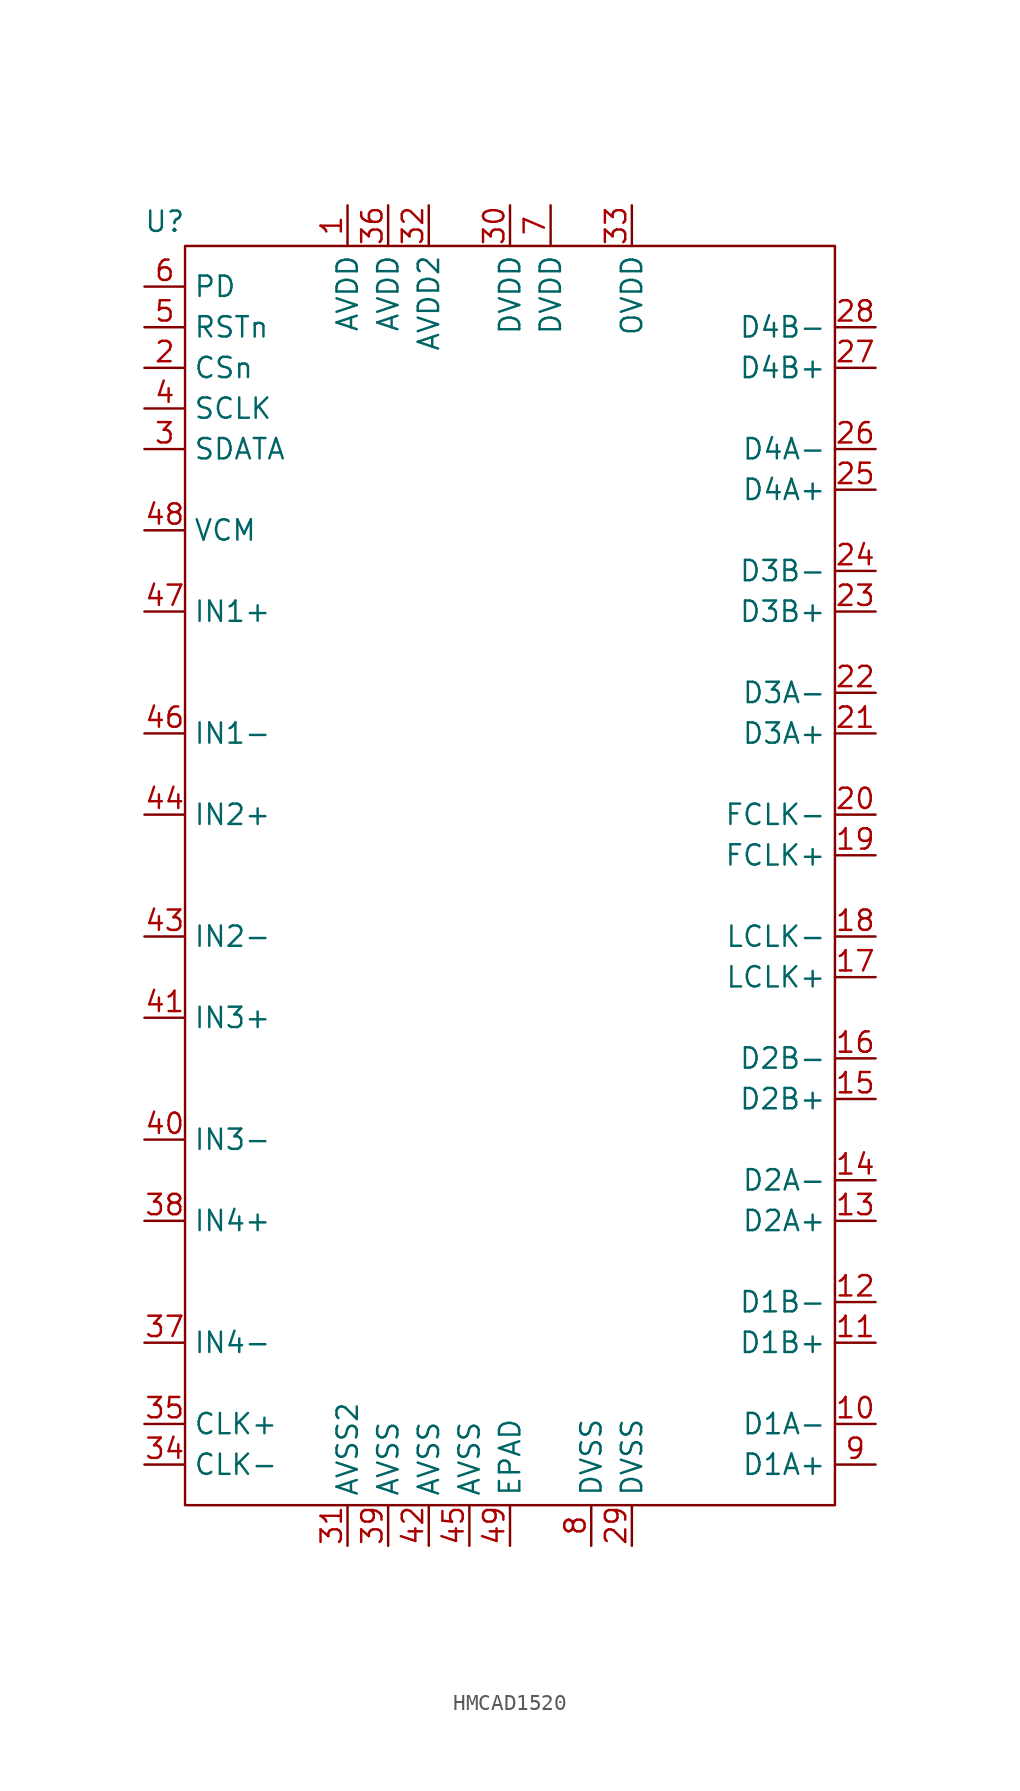
<source format=kicad_sym>
(kicad_symbol_lib
  (version 20231120)
  (generator "kicad_symbol_editor")
  (generator_version "8.0")
  (symbol "HMCAD1520"
    (property "Reference" "U"
      (at 1.27 -1.016 0)
      (effects (font (size 1.27 1.27))))
    (property "Value" ""
      (at 10.197 -25.441 0)
      (effects (font (size 1.27 1.27))))
    (symbol "HMCAD1520_0_1"
      (rectangle (start 2.54 -2.54) (end 43.18 -81.28) (stroke (width 0) (type default)) (fill (type none))))
    (symbol "HMCAD1520_1_1"
      (pin power_in line (at 12.7 0 270) (length 2.54) (name "AVDD" (effects (font (size 1.27 1.27)))) (number "1" (effects (font (size 1.27 1.27)))))
      (pin output line (at 45.72 -76.2 180) (length 2.54) (name "D1A-" (effects (font (size 1.27 1.27)))) (number "10" (effects (font (size 1.27 1.27)))))
      (pin output line (at 45.72 -71.12 180) (length 2.54) (name "D1B+" (effects (font (size 1.27 1.27)))) (number "11" (effects (font (size 1.27 1.27)))))
      (pin output line (at 45.72 -68.58 180) (length 2.54) (name "D1B-" (effects (font (size 1.27 1.27)))) (number "12" (effects (font (size 1.27 1.27)))))
      (pin output line (at 45.72 -63.5 180) (length 2.54) (name "D2A+" (effects (font (size 1.27 1.27)))) (number "13" (effects (font (size 1.27 1.27)))))
      (pin output line (at 45.72 -60.96 180) (length 2.54) (name "D2A-" (effects (font (size 1.27 1.27)))) (number "14" (effects (font (size 1.27 1.27)))))
      (pin output line (at 45.72 -55.88 180) (length 2.54) (name "D2B+" (effects (font (size 1.27 1.27)))) (number "15" (effects (font (size 1.27 1.27)))))
      (pin output line (at 45.72 -53.34 180) (length 2.54) (name "D2B-" (effects (font (size 1.27 1.27)))) (number "16" (effects (font (size 1.27 1.27)))))
      (pin output line (at 45.72 -48.26 180) (length 2.54) (name "LCLK+" (effects (font (size 1.27 1.27)))) (number "17" (effects (font (size 1.27 1.27)))))
      (pin output line (at 45.72 -45.72 180) (length 2.54) (name "LCLK-" (effects (font (size 1.27 1.27)))) (number "18" (effects (font (size 1.27 1.27)))))
      (pin output line (at 45.72 -40.64 180) (length 2.54) (name "FCLK+" (effects (font (size 1.27 1.27)))) (number "19" (effects (font (size 1.27 1.27)))))
      (pin input line (at 0 -10.16 0) (length 2.54) (name "CSn" (effects (font (size 1.27 1.27)))) (number "2" (effects (font (size 1.27 1.27)))))
      (pin output line (at 45.72 -38.1 180) (length 2.54) (name "FCLK-" (effects (font (size 1.27 1.27)))) (number "20" (effects (font (size 1.27 1.27)))))
      (pin output line (at 45.72 -33.02 180) (length 2.54) (name "D3A+" (effects (font (size 1.27 1.27)))) (number "21" (effects (font (size 1.27 1.27)))))
      (pin output line (at 45.72 -30.48 180) (length 2.54) (name "D3A-" (effects (font (size 1.27 1.27)))) (number "22" (effects (font (size 1.27 1.27)))))
      (pin output line (at 45.72 -25.4 180) (length 2.54) (name "D3B+" (effects (font (size 1.27 1.27)))) (number "23" (effects (font (size 1.27 1.27)))))
      (pin output line (at 45.72 -22.86 180) (length 2.54) (name "D3B-" (effects (font (size 1.27 1.27)))) (number "24" (effects (font (size 1.27 1.27)))))
      (pin output line (at 45.72 -17.78 180) (length 2.54) (name "D4A+" (effects (font (size 1.27 1.27)))) (number "25" (effects (font (size 1.27 1.27)))))
      (pin output line (at 45.72 -15.24 180) (length 2.54) (name "D4A-" (effects (font (size 1.27 1.27)))) (number "26" (effects (font (size 1.27 1.27)))))
      (pin output line (at 45.72 -10.16 180) (length 2.54) (name "D4B+" (effects (font (size 1.27 1.27)))) (number "27" (effects (font (size 1.27 1.27)))))
      (pin output line (at 45.72 -7.62 180) (length 2.54) (name "D4B-" (effects (font (size 1.27 1.27)))) (number "28" (effects (font (size 1.27 1.27)))))
      (pin power_in line (at 30.48 -83.82 90) (length 2.54) (name "DVSS" (effects (font (size 1.27 1.27)))) (number "29" (effects (font (size 1.27 1.27)))))
      (pin bidirectional line (at 0 -15.24 0) (length 2.54) (name "SDATA" (effects (font (size 1.27 1.27)))) (number "3" (effects (font (size 1.27 1.27)))))
      (pin power_in line (at 22.86 0 270) (length 2.54) (name "DVDD" (effects (font (size 1.27 1.27)))) (number "30" (effects (font (size 1.27 1.27)))))
      (pin power_in line (at 12.7 -83.82 90) (length 2.54) (name "AVSS2" (effects (font (size 1.27 1.27)))) (number "31" (effects (font (size 1.27 1.27)))))
      (pin power_in line (at 17.78 0 270) (length 2.54) (name "AVDD2" (effects (font (size 1.27 1.27)))) (number "32" (effects (font (size 1.27 1.27)))))
      (pin power_in line (at 30.48 0 270) (length 2.54) (name "OVDD" (effects (font (size 1.27 1.27)))) (number "33" (effects (font (size 1.27 1.27)))))
      (pin input line (at 0 -78.74 0) (length 2.54) (name "CLK-" (effects (font (size 1.27 1.27)))) (number "34" (effects (font (size 1.27 1.27)))))
      (pin input line (at 0 -76.2 0) (length 2.54) (name "CLK+" (effects (font (size 1.27 1.27)))) (number "35" (effects (font (size 1.27 1.27)))))
      (pin power_in line (at 15.24 0 270) (length 2.54) (name "AVDD" (effects (font (size 1.27 1.27)))) (number "36" (effects (font (size 1.27 1.27)))))
      (pin input line (at 0 -71.12 0) (length 2.54) (name "IN4-" (effects (font (size 1.27 1.27)))) (number "37" (effects (font (size 1.27 1.27)))))
      (pin input line (at 0 -63.5 0) (length 2.54) (name "IN4+" (effects (font (size 1.27 1.27)))) (number "38" (effects (font (size 1.27 1.27)))))
      (pin power_in line (at 15.24 -83.82 90) (length 2.54) (name "AVSS" (effects (font (size 1.27 1.27)))) (number "39" (effects (font (size 1.27 1.27)))))
      (pin input line (at 0 -12.7 0) (length 2.54) (name "SCLK" (effects (font (size 1.27 1.27)))) (number "4" (effects (font (size 1.27 1.27)))))
      (pin input line (at 0 -58.42 0) (length 2.54) (name "IN3-" (effects (font (size 1.27 1.27)))) (number "40" (effects (font (size 1.27 1.27)))))
      (pin input line (at 0 -50.8 0) (length 2.54) (name "IN3+" (effects (font (size 1.27 1.27)))) (number "41" (effects (font (size 1.27 1.27)))))
      (pin power_in line (at 17.78 -83.82 90) (length 2.54) (name "AVSS" (effects (font (size 1.27 1.27)))) (number "42" (effects (font (size 1.27 1.27)))))
      (pin input line (at 0 -45.72 0) (length 2.54) (name "IN2-" (effects (font (size 1.27 1.27)))) (number "43" (effects (font (size 1.27 1.27)))))
      (pin input line (at 0 -38.1 0) (length 2.54) (name "IN2+" (effects (font (size 1.27 1.27)))) (number "44" (effects (font (size 1.27 1.27)))))
      (pin power_in line (at 20.32 -83.82 90) (length 2.54) (name "AVSS" (effects (font (size 1.27 1.27)))) (number "45" (effects (font (size 1.27 1.27)))))
      (pin input line (at 0 -33.02 0) (length 2.54) (name "IN1-" (effects (font (size 1.27 1.27)))) (number "46" (effects (font (size 1.27 1.27)))))
      (pin input line (at 0 -25.4 0) (length 2.54) (name "IN1+" (effects (font (size 1.27 1.27)))) (number "47" (effects (font (size 1.27 1.27)))))
      (pin output line (at 0 -20.32 0) (length 2.54) (name "VCM" (effects (font (size 1.27 1.27)))) (number "48" (effects (font (size 1.27 1.27)))))
      (pin power_in line (at 22.86 -83.82 90) (length 2.54) (name "EPAD" (effects (font (size 1.27 1.27)))) (number "49" (effects (font (size 1.27 1.27)))))
      (pin input line (at 0 -7.62 0) (length 2.54) (name "RSTn" (effects (font (size 1.27 1.27)))) (number "5" (effects (font (size 1.27 1.27)))))
      (pin input line (at 0 -5.08 0) (length 2.54) (name "PD" (effects (font (size 1.27 1.27)))) (number "6" (effects (font (size 1.27 1.27)))))
      (pin power_in line (at 25.4 0 270) (length 2.54) (name "DVDD" (effects (font (size 1.27 1.27)))) (number "7" (effects (font (size 1.27 1.27)))))
      (pin power_in line (at 27.94 -83.82 90) (length 2.54) (name "DVSS" (effects (font (size 1.27 1.27)))) (number "8" (effects (font (size 1.27 1.27)))))
      (pin output line (at 45.72 -78.74 180) (length 2.54) (name "D1A+" (effects (font (size 1.27 1.27)))) (number "9" (effects (font (size 1.27 1.27))))))))
</source>
